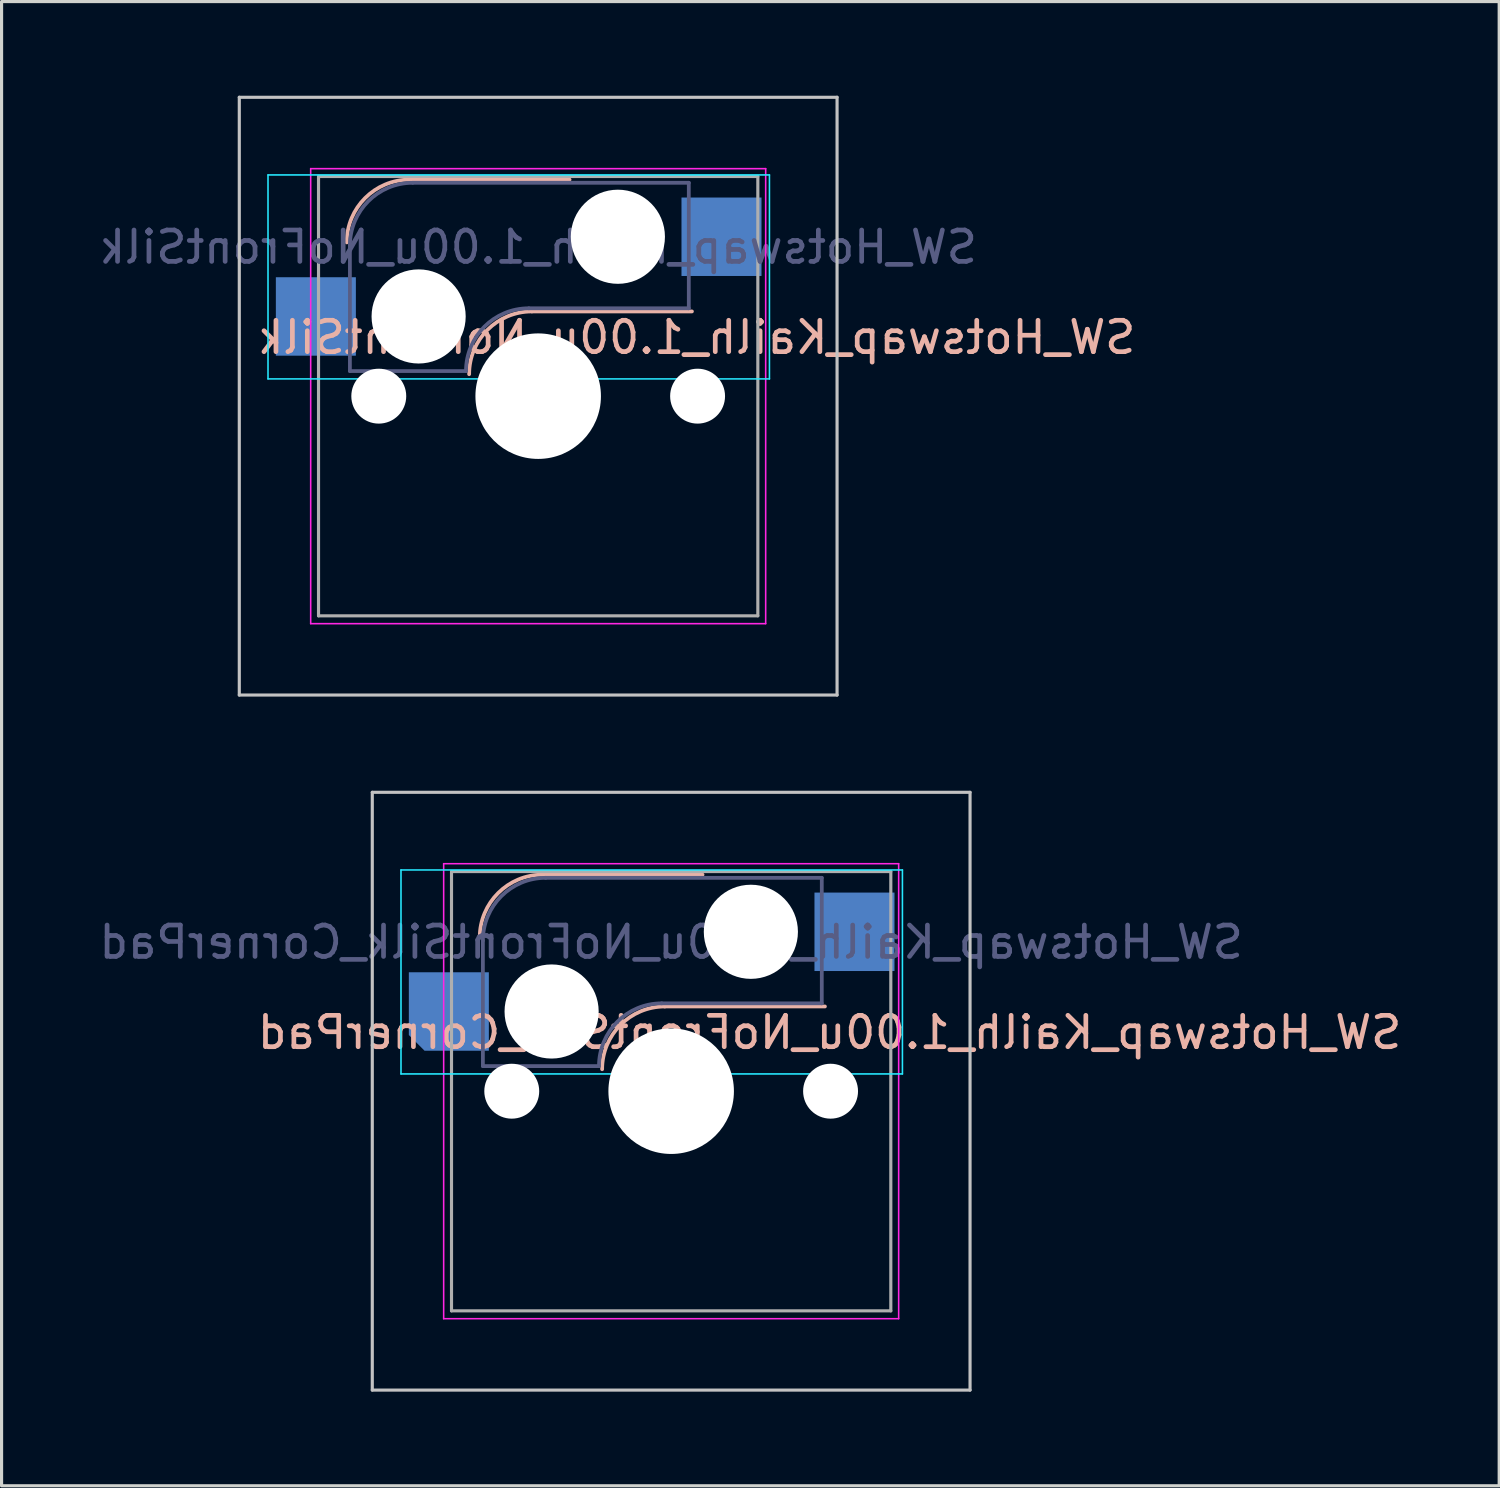
<source format=kicad_pcb>
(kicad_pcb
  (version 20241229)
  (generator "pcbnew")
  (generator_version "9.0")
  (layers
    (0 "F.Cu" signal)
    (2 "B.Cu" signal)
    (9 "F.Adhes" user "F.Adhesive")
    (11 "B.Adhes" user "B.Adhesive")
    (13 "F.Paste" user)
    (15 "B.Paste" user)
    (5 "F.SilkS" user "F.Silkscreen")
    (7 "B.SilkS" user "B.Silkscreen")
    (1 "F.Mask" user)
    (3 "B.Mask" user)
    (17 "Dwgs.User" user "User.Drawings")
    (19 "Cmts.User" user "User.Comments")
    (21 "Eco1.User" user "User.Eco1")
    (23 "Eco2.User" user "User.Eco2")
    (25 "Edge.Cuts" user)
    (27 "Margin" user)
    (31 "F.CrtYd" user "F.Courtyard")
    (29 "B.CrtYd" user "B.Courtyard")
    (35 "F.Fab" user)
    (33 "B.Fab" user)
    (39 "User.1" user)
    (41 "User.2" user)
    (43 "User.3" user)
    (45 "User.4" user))
  (footprint "SW_Hotswap_Kailh_1.00u_NoFrontSilk_CornerPad"
    (layer "F.Cu")
    (at 18.339 31.725)
    (property "Reference" "SW_Hotswap_Kailh_1.00u_NoFrontSilk_CornerPad" (at 5.048 -1.873 0) (layer "B.SilkS") (effects (font (size 1 1) (thickness 0.15)) (justify mirror)))
    (attr smd)
    (fp_line (start -4.1 -6.9) (end 1 -6.9) (stroke (width 0.12) (type solid)) (layer "B.SilkS"))
    (fp_line (start -0.2 -2.7) (end 4.9 -2.7) (stroke (width 0.12) (type solid)) (layer "B.SilkS"))
    (fp_arc (start -6.1 -4.9) (mid -5.514214 -6.314214) (end -4.1 -6.9) (stroke (width 0.12) (type solid)) (layer "B.SilkS"))
    (fp_arc (start -2.2 -0.7) (mid -1.614214 -2.114214) (end -0.2 -2.7) (stroke (width 0.12) (type solid)) (layer "B.SilkS"))
    (fp_line (start -9.525 -9.525) (end -9.525 9.525) (stroke (width 0.1) (type solid)) (layer "Dwgs.User"))
    (fp_line (start -9.525 9.525) (end 9.525 9.525) (stroke (width 0.1) (type solid)) (layer "Dwgs.User"))
    (fp_line (start 9.525 -9.525) (end -9.525 -9.525) (stroke (width 0.1) (type solid)) (layer "Dwgs.User"))
    (fp_line (start 9.525 9.525) (end 9.525 -9.525) (stroke (width 0.1) (type solid)) (layer "Dwgs.User"))
    (fp_line (start -8.61 -7.05) (end -8.61 -0.55) (stroke (width 0.05) (type solid)) (layer "B.CrtYd"))
    (fp_line (start -8.61 -0.55) (end 7.37 -0.55) (stroke (width 0.05) (type solid)) (layer "B.CrtYd"))
    (fp_line (start 7.37 -7.05) (end -8.61 -7.05) (stroke (width 0.05) (type solid)) (layer "B.CrtYd"))
    (fp_line (start 7.37 -0.55) (end 7.37 -7.05) (stroke (width 0.05) (type solid)) (layer "B.CrtYd"))
    (fp_line (start -7.25 -7.25) (end -7.25 7.25) (stroke (width 0.05) (type solid)) (layer "F.CrtYd"))
    (fp_line (start -7.25 7.25) (end 7.25 7.25) (stroke (width 0.05) (type solid)) (layer "F.CrtYd"))
    (fp_line (start 7.25 -7.25) (end -7.25 -7.25) (stroke (width 0.05) (type solid)) (layer "F.CrtYd"))
    (fp_line (start 7.25 7.25) (end 7.25 -7.25) (stroke (width 0.05) (type solid)) (layer "F.CrtYd"))
    (fp_line (start -6 -0.8) (end -6 -4.8) (stroke (width 0.12) (type solid)) (layer "B.Fab"))
    (fp_line (start -6 -0.8) (end -2.3 -0.8) (stroke (width 0.12) (type solid)) (layer "B.Fab"))
    (fp_line (start -4 -6.8) (end 4.8 -6.8) (stroke (width 0.12) (type solid)) (layer "B.Fab"))
    (fp_line (start -0.3 -2.8) (end 4.8 -2.8) (stroke (width 0.12) (type solid)) (layer "B.Fab"))
    (fp_line (start 4.8 -6.8) (end 4.8 -2.8) (stroke (width 0.12) (type solid)) (layer "B.Fab"))
    (fp_arc (start -6 -4.8) (mid -5.414214 -6.214214) (end -4 -6.8) (stroke (width 0.12) (type solid)) (layer "B.Fab"))
    (fp_arc (start -2.3 -0.8) (mid -1.714214 -2.214214) (end -0.3 -2.8) (stroke (width 0.12) (type solid)) (layer "B.Fab"))
    (fp_line (start -7 -7) (end -7 7) (stroke (width 0.1) (type solid)) (layer "F.Fab"))
    (fp_line (start -7 7) (end 7 7) (stroke (width 0.1) (type solid)) (layer "F.Fab"))
    (fp_line (start 7 -7) (end -7 -7) (stroke (width 0.1) (type solid)) (layer "F.Fab"))
    (fp_line (start 7 7) (end 7 -7) (stroke (width 0.1) (type solid)) (layer "F.Fab"))
    (fp_text user "${REFERENCE}" (at 0 -4.75 0) (layer "B.Fab") (effects (font (size 1 1) (thickness 0.15)) (justify mirror)))
    (pad "" np_thru_hole circle (at -5.08 0) (size 1.75 1.75) (drill 1.75) (layers "*.Cu" "*.Mask"))
    (pad "" np_thru_hole circle (at -3.81 -2.54) (size 3 3) (drill 3) (layers "*.Cu" "*.Mask"))
    (pad "" np_thru_hole circle (at 0 0) (size 4 4) (drill 4) (layers "*.Cu" "*.Mask"))
    (pad "" np_thru_hole circle (at 2.54 -5.08) (size 3 3) (drill 3) (layers "*.Cu" "*.Mask"))
    (pad "" np_thru_hole circle (at 5.08 0) (size 1.75 1.75) (drill 1.75) (layers "*.Cu" "*.Mask"))
    (pad "1" smd custom (at -7.085 -2.54) (size 1.8 1.8) (layers "B.Cu" "B.Mask" "B.Paste") (options (anchor rect)) (primitives (gr_poly (pts (xy -1.275 -1.25) (xy 1.275 -1.25) (xy 1.275 1.25) (xy -0.775 1.25) (xy -1.275 0.75)) (width 0) (fill yes))))
    (pad "2" smd rect (at 5.842 -5.08) (size 2.55 2.5) (layers "B.Cu" "B.Mask" "B.Paste")))
  (footprint "SW_Hotswap_Kailh_1.00u_NoFrontSilk"
    (layer "F.Cu")
    (at 14.101 9.575)
    (property "Reference" "SW_Hotswap_Kailh_1.00u_NoFrontSilk" (at 5.048 -1.873 180) (layer "B.SilkS") (effects (font (size 1 1) (thickness 0.15)) (justify mirror)))
    (attr smd)
    (fp_line (start -4.1 -6.9) (end 1 -6.9) (stroke (width 0.12) (type solid)) (layer "B.SilkS"))
    (fp_line (start -0.2 -2.7) (end 4.9 -2.7) (stroke (width 0.12) (type solid)) (layer "B.SilkS"))
    (fp_arc (start -6.1 -4.9) (mid -5.514214 -6.314214) (end -4.1 -6.9) (stroke (width 0.12) (type solid)) (layer "B.SilkS"))
    (fp_arc (start -2.2 -0.7) (mid -1.614214 -2.114214) (end -0.2 -2.7) (stroke (width 0.12) (type solid)) (layer "B.SilkS"))
    (fp_line (start -9.525 -9.525) (end -9.525 9.525) (stroke (width 0.1) (type solid)) (layer "Dwgs.User"))
    (fp_line (start -9.525 9.525) (end 9.525 9.525) (stroke (width 0.1) (type solid)) (layer "Dwgs.User"))
    (fp_line (start 9.525 -9.525) (end -9.525 -9.525) (stroke (width 0.1) (type solid)) (layer "Dwgs.User"))
    (fp_line (start 9.525 9.525) (end 9.525 -9.525) (stroke (width 0.1) (type solid)) (layer "Dwgs.User"))
    (fp_line (start -7.1 -7.1) (end -7.1 7.1) (stroke (width 0.12) (type solid)) (layer "Eco1.User"))
    (fp_line (start -7.1 7.1) (end 7.1 7.1) (stroke (width 0.12) (type solid)) (layer "Eco1.User"))
    (fp_line (start 7.1 -7.1) (end -7.1 -7.1) (stroke (width 0.12) (type solid)) (layer "Eco1.User"))
    (fp_line (start 7.1 7.1) (end 7.1 -7.1) (stroke (width 0.12) (type solid)) (layer "Eco1.User"))
    (fp_line (start -8.61 -7.05) (end -8.61 -0.55) (stroke (width 0.05) (type solid)) (layer "B.CrtYd"))
    (fp_line (start -8.61 -0.55) (end 7.37 -0.55) (stroke (width 0.05) (type solid)) (layer "B.CrtYd"))
    (fp_line (start 7.37 -7.05) (end -8.61 -7.05) (stroke (width 0.05) (type solid)) (layer "B.CrtYd"))
    (fp_line (start 7.37 -0.55) (end 7.37 -7.05) (stroke (width 0.05) (type solid)) (layer "B.CrtYd"))
    (fp_line (start -7.25 -7.25) (end -7.25 7.25) (stroke (width 0.05) (type solid)) (layer "F.CrtYd"))
    (fp_line (start -7.25 7.25) (end 7.25 7.25) (stroke (width 0.05) (type solid)) (layer "F.CrtYd"))
    (fp_line (start 7.25 -7.25) (end -7.25 -7.25) (stroke (width 0.05) (type solid)) (layer "F.CrtYd"))
    (fp_line (start 7.25 7.25) (end 7.25 -7.25) (stroke (width 0.05) (type solid)) (layer "F.CrtYd"))
    (fp_line (start -6 -0.8) (end -6 -4.8) (stroke (width 0.12) (type solid)) (layer "B.Fab"))
    (fp_line (start -6 -0.8) (end -2.3 -0.8) (stroke (width 0.12) (type solid)) (layer "B.Fab"))
    (fp_line (start -4 -6.8) (end 4.8 -6.8) (stroke (width 0.12) (type solid)) (layer "B.Fab"))
    (fp_line (start -0.3 -2.8) (end 4.8 -2.8) (stroke (width 0.12) (type solid)) (layer "B.Fab"))
    (fp_line (start 4.8 -6.8) (end 4.8 -2.8) (stroke (width 0.12) (type solid)) (layer "B.Fab"))
    (fp_arc (start -6 -4.8) (mid -5.414214 -6.214214) (end -4 -6.8) (stroke (width 0.12) (type solid)) (layer "B.Fab"))
    (fp_arc (start -2.3 -0.8) (mid -1.714214 -2.214214) (end -0.3 -2.8) (stroke (width 0.12) (type solid)) (layer "B.Fab"))
    (fp_line (start -7 -7) (end -7 7) (stroke (width 0.1) (type solid)) (layer "F.Fab"))
    (fp_line (start -7 7) (end 7 7) (stroke (width 0.1) (type solid)) (layer "F.Fab"))
    (fp_line (start 7 -7) (end -7 -7) (stroke (width 0.1) (type solid)) (layer "F.Fab"))
    (fp_line (start 7 7) (end 7 -7) (stroke (width 0.1) (type solid)) (layer "F.Fab"))
    (fp_text user "${REFERENCE}" (at 0 -4.75 180) (layer "B.Fab") (effects (font (size 1 1) (thickness 0.15)) (justify mirror)))
    (pad "" np_thru_hole circle (at -5.08 0) (size 1.75 1.75) (drill 1.75) (layers "*.Cu" "*.Mask"))
    (pad "" np_thru_hole circle (at -3.81 -2.54) (size 3 3) (drill 3) (layers "*.Cu" "*.Mask"))
    (pad "" np_thru_hole circle (at 0 0) (size 4 4) (drill 4) (layers "*.Cu" "*.Mask"))
    (pad "" np_thru_hole circle (at 2.54 -5.08) (size 3 3) (drill 3) (layers "*.Cu" "*.Mask"))
    (pad "" np_thru_hole circle (at 5.08 0) (size 1.75 1.75) (drill 1.75) (layers "*.Cu" "*.Mask"))
    (pad "1" smd rect (at -7.085 -2.54) (size 2.55 2.5) (layers "B.Cu" "B.Mask" "B.Paste"))
    (pad "2" smd rect (at 5.842 -5.08) (size 2.55 2.5) (layers "B.Cu" "B.Mask" "B.Paste")))
  (gr_rect
    (start -3 -3)
    (end 44.727 44.3)
    (stroke (width 0.1) (type default))
    (fill no)
    (layer "Edge.Cuts")))
</source>
